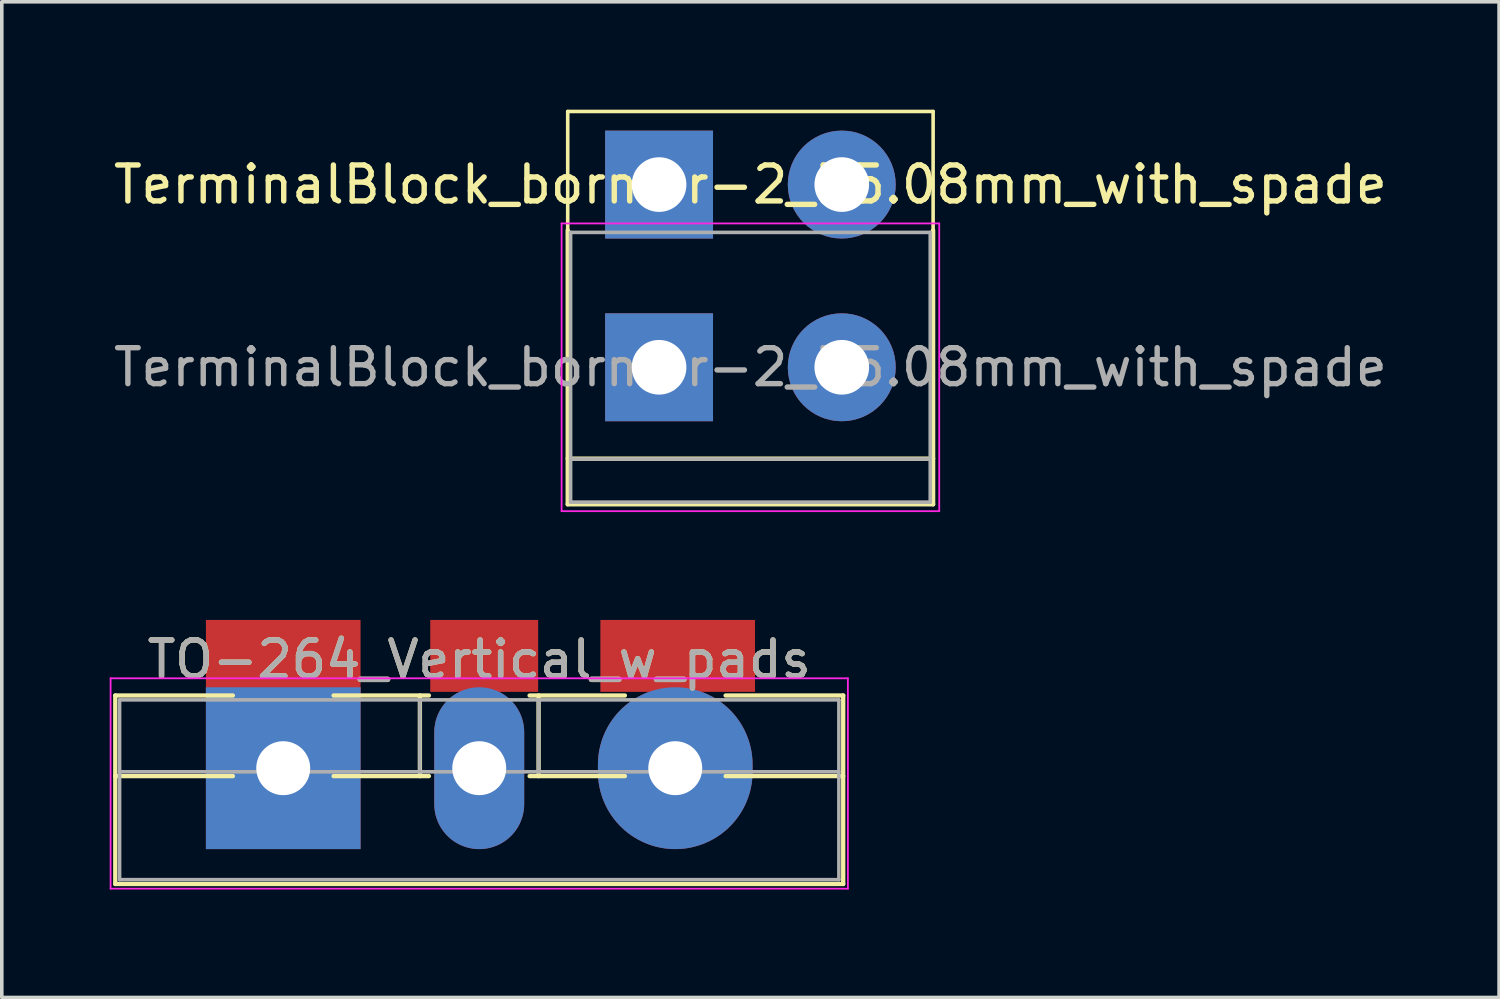
<source format=kicad_pcb>
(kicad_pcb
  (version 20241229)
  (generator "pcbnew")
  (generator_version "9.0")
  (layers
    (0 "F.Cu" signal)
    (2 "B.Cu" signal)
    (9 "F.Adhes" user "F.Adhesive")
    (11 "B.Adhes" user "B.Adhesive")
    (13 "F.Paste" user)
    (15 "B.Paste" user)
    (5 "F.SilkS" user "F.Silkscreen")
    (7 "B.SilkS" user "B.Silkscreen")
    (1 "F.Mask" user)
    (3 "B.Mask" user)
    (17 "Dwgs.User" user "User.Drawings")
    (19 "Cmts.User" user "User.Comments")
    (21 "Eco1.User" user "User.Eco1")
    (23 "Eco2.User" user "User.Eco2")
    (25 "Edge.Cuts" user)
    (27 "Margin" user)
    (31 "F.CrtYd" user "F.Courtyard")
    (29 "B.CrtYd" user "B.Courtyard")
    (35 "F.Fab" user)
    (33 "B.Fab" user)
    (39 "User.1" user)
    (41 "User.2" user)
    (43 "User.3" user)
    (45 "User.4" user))
  (footprint "TO-264_Vertical_w_pads"
    (layer "F.Cu")
    (at 4.825 18.309)
    (property "Reference" "TO-264_Vertical_w_pads" (at 5.45 -3.02 0) (layer "F.SilkS") (effects (font (size 1 1) (thickness 0.15))))
    (attr through_hole)
    (fp_line (start -4.67 -2.021) (end -4.67 3.22) (stroke (width 0.12) (type solid)) (layer "F.SilkS"))
    (fp_line (start -4.67 -2.021) (end -1.4 -2.021) (stroke (width 0.12) (type solid)) (layer "F.SilkS"))
    (fp_line (start -4.67 0.22) (end -1.4 0.22) (stroke (width 0.12) (type solid)) (layer "F.SilkS"))
    (fp_line (start -4.67 3.22) (end 15.57 3.22) (stroke (width 0.12) (type solid)) (layer "F.SilkS"))
    (fp_line (start 1.4 -2.021) (end 4.051 -2.021) (stroke (width 0.12) (type solid)) (layer "F.SilkS"))
    (fp_line (start 1.4 0.22) (end 4.051 0.22) (stroke (width 0.12) (type solid)) (layer "F.SilkS"))
    (fp_line (start 3.8 -2.021) (end 3.8 0.22) (stroke (width 0.12) (type solid)) (layer "F.SilkS"))
    (fp_line (start 6.85 -2.021) (end 9.5 -2.021) (stroke (width 0.12) (type solid)) (layer "F.SilkS"))
    (fp_line (start 6.85 0.22) (end 9.5 0.22) (stroke (width 0.12) (type solid)) (layer "F.SilkS"))
    (fp_line (start 7.1 -2.021) (end 7.1 0.22) (stroke (width 0.12) (type solid)) (layer "F.SilkS"))
    (fp_line (start 12.3 -2.021) (end 15.57 -2.021) (stroke (width 0.12) (type solid)) (layer "F.SilkS"))
    (fp_line (start 12.3 0.22) (end 15.57 0.22) (stroke (width 0.12) (type solid)) (layer "F.SilkS"))
    (fp_line (start 15.57 -2.021) (end 15.57 3.22) (stroke (width 0.12) (type solid)) (layer "F.SilkS"))
    (fp_line (start -4.8 -2.5) (end -4.8 3.35) (stroke (width 0.05) (type solid)) (layer "F.CrtYd"))
    (fp_line (start -4.8 3.35) (end 15.7 3.35) (stroke (width 0.05) (type solid)) (layer "F.CrtYd"))
    (fp_line (start 15.7 -2.5) (end -4.8 -2.5) (stroke (width 0.05) (type solid)) (layer "F.CrtYd"))
    (fp_line (start 15.7 3.35) (end 15.7 -2.5) (stroke (width 0.05) (type solid)) (layer "F.CrtYd"))
    (fp_line (start -4.55 -1.9) (end -4.55 3.1) (stroke (width 0.1) (type solid)) (layer "F.Fab"))
    (fp_line (start -4.55 0.1) (end 15.45 0.1) (stroke (width 0.1) (type solid)) (layer "F.Fab"))
    (fp_line (start -4.55 3.1) (end 15.45 3.1) (stroke (width 0.1) (type solid)) (layer "F.Fab"))
    (fp_line (start 3.8 -1.9) (end 3.8 0.1) (stroke (width 0.1) (type solid)) (layer "F.Fab"))
    (fp_line (start 7.1 -1.9) (end 7.1 0.1) (stroke (width 0.1) (type solid)) (layer "F.Fab"))
    (fp_line (start 15.45 -1.9) (end -4.55 -1.9) (stroke (width 0.1) (type solid)) (layer "F.Fab"))
    (fp_line (start 15.45 3.1) (end 15.45 -1.9) (stroke (width 0.1) (type solid)) (layer "F.Fab"))
    (fp_text user "${REFERENCE}" (at 5.45 -3.02 0) (layer "F.Fab") (effects (font (size 1 1) (thickness 0.15))))
    (pad "1" smd rect (at 0 -3.122) (size 4.3 2) (layers "F.Cu" "F.Mask" "F.Paste"))
    (pad "1" thru_hole rect (at 0 0) (size 4.3 4.5) (drill 1.5) (layers "*.Cu" "*.Mask"))
    (pad "2" thru_hole oval (at 5.45 0) (size 2.5 4.5) (drill 1.5) (layers "*.Cu" "*.Mask"))
    (pad "2" smd rect (at 5.588 -3.122) (size 3 2) (layers "F.Cu" "F.Mask" "F.Paste"))
    (pad "3" thru_hole oval (at 10.9 0) (size 4.3 4.5) (drill 1.5) (layers "*.Cu" "*.Mask"))
    (pad "3" smd rect (at 10.968 -3.122) (size 4.3 2) (layers "F.Cu" "F.Mask" "F.Paste")))
  (footprint "TerminalBlock_bornier-2_P5.08mm_with_spade"
    (layer "F.Cu")
    (at 15.275 7.162)
    (property "Reference" "TerminalBlock_bornier-2_P5.08mm_with_spade" (at 2.54 -5.08 0) (layer "F.SilkS") (effects (font (size 1 1) (thickness 0.15))))
    (attr through_hole)
    (fp_line (start -2.54 -7.112) (end 7.62 -7.112) (stroke (width 0.1) (type solid)) (layer "F.SilkS"))
    (fp_line (start -2.54 -3.81) (end -2.54 3.81) (stroke (width 0.12) (type solid)) (layer "F.SilkS"))
    (fp_line (start -2.54 -3.556) (end -2.54 -7.112) (stroke (width 0.1) (type solid)) (layer "F.SilkS"))
    (fp_line (start -2.54 3.81) (end 7.62 3.81) (stroke (width 0.12) (type solid)) (layer "F.SilkS"))
    (fp_line (start 7.62 -7.112) (end 7.62 -3.556) (stroke (width 0.1) (type solid)) (layer "F.SilkS"))
    (fp_line (start 7.62 2.54) (end -2.54 2.54) (stroke (width 0.12) (type solid)) (layer "F.SilkS"))
    (fp_line (start 7.62 3.81) (end 7.62 -3.81) (stroke (width 0.12) (type solid)) (layer "F.SilkS"))
    (fp_line (start -2.71 -4) (end -2.71 4) (stroke (width 0.05) (type solid)) (layer "F.CrtYd"))
    (fp_line (start -2.71 -4) (end 7.79 -4) (stroke (width 0.05) (type solid)) (layer "F.CrtYd"))
    (fp_line (start 7.79 4) (end -2.71 4) (stroke (width 0.05) (type solid)) (layer "F.CrtYd"))
    (fp_line (start 7.79 4) (end 7.79 -4) (stroke (width 0.05) (type solid)) (layer "F.CrtYd"))
    (fp_line (start -2.46 -3.75) (end -2.46 3.75) (stroke (width 0.1) (type solid)) (layer "F.Fab"))
    (fp_line (start -2.46 3.75) (end 7.54 3.75) (stroke (width 0.1) (type solid)) (layer "F.Fab"))
    (fp_line (start -2.41 2.55) (end 7.49 2.55) (stroke (width 0.1) (type solid)) (layer "F.Fab"))
    (fp_line (start 7.54 -3.75) (end -2.46 -3.75) (stroke (width 0.1) (type solid)) (layer "F.Fab"))
    (fp_line (start 7.54 3.75) (end 7.54 -3.75) (stroke (width 0.1) (type solid)) (layer "F.Fab"))
    (fp_text user "${REFERENCE}" (at 2.54 0 0) (layer "F.Fab") (effects (font (size 1 1) (thickness 0.15))))
    (pad "1" thru_hole rect (at 0 -5.08) (size 3 3) (drill 1.52) (layers "*.Cu" "*.Mask"))
    (pad "1" thru_hole rect (at 0 0) (size 3 3) (drill 1.52) (layers "*.Cu" "*.Mask"))
    (pad "2" thru_hole circle (at 5.08 -5.08) (size 3 3) (drill 1.52) (layers "*.Cu" "*.Mask"))
    (pad "2" thru_hole circle (at 5.08 0) (size 3 3) (drill 1.52) (layers "*.Cu" "*.Mask")))
  (gr_rect
    (start -3 -3)
    (end 38.631 24.684)
    (stroke (width 0.1) (type default))
    (fill no)
    (layer "Edge.Cuts")))
</source>
